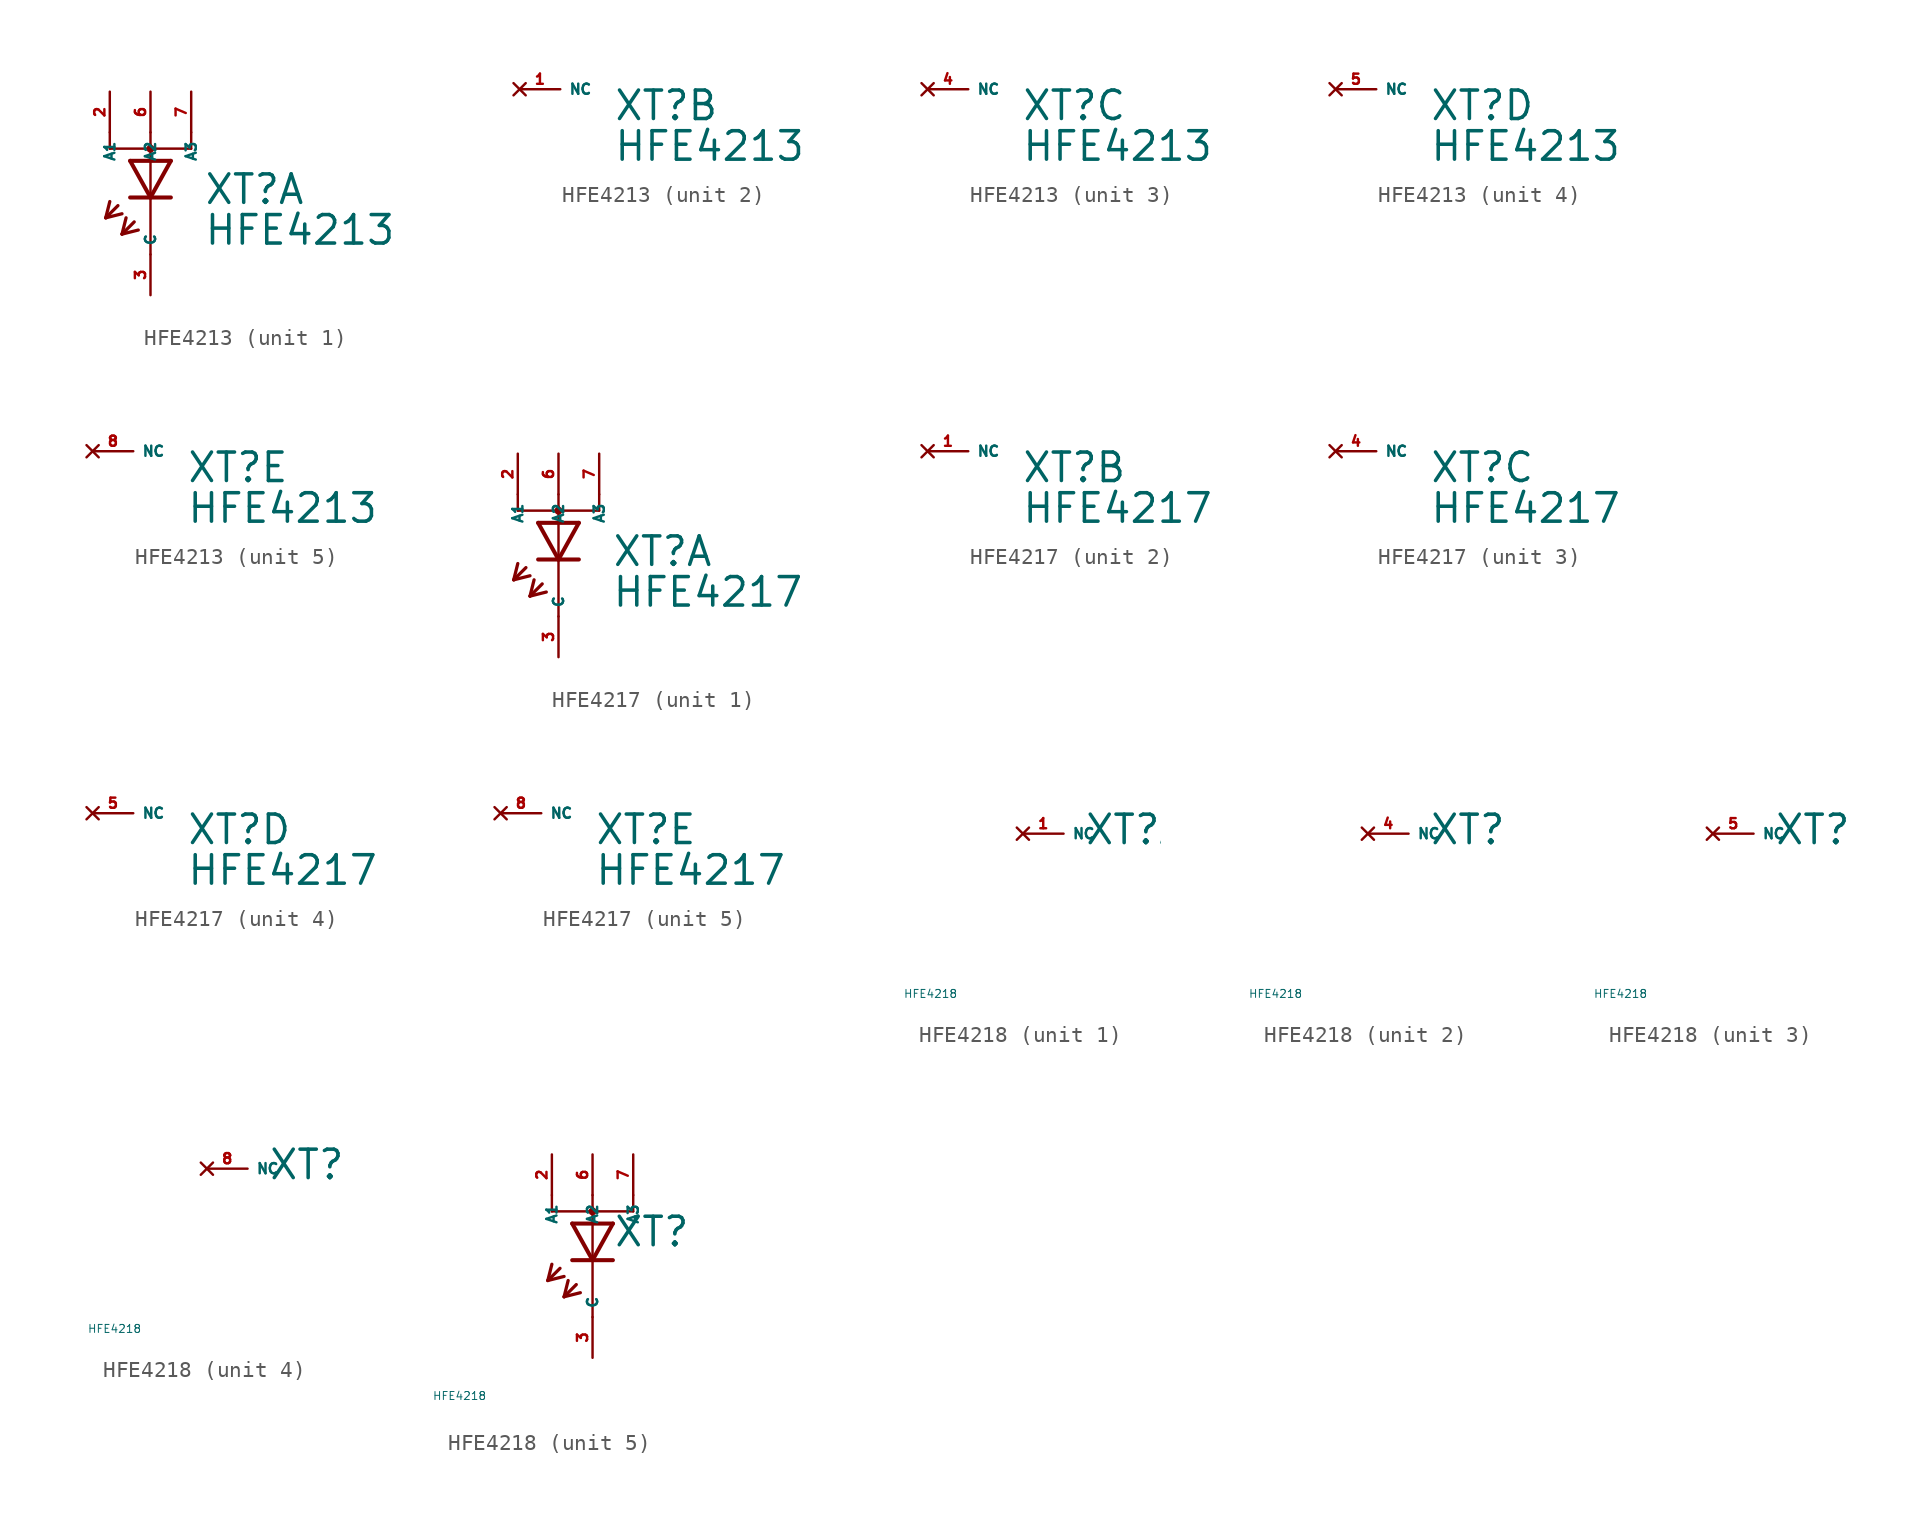
<source format=kicad_sym>
(kicad_symbol_lib
  (version 20220914)
  (generator Eagle2Kicad)
  (symbol "HFE4213"
    (property "Reference" "XT"
      (at 3.302 -2.057 0)
      (effects (font (size 1.778 1.778) (thickness 0.22)) (justify left bottom)))
    (property "Value" "HFE4213"
      (at 3.302 -4.597 0)
      (effects (font (size 1.778 1.778) (thickness 0.22)) (justify left bottom)))
    (symbol "HFE4213_1_0"
      (polyline (pts (xy -1.27 0.762) (xy 0 -1.524)) (stroke (width 0.254) (type default)) (fill (type none)))
      (polyline (pts (xy 0 -1.524) (xy 1.27 0.762)) (stroke (width 0.254) (type default)) (fill (type none)))
      (polyline (pts (xy 1.27 -1.524) (xy 0 -1.524)) (stroke (width 0.254) (type default)) (fill (type none)))
      (polyline (pts (xy 1.27 0.762) (xy -1.27 0.762)) (stroke (width 0.254) (type default)) (fill (type none)))
      (polyline (pts (xy 0 -1.524) (xy -1.27 -1.524)) (stroke (width 0.254) (type default)) (fill (type none)))
      (polyline (pts (xy -2.032 -2.032) (xy -2.794 -2.794)) (stroke (width 0.203) (type default)) (fill (type none)))
      (polyline (pts (xy -2.794 -2.794) (xy -1.778 -2.54)) (stroke (width 0.203) (type default)) (fill (type none)))
      (polyline (pts (xy -2.794 -2.794) (xy -2.54 -1.778)) (stroke (width 0.203) (type default)) (fill (type none)))
      (polyline (pts (xy -1.016 -3.048) (xy -1.778 -3.81)) (stroke (width 0.203) (type default)) (fill (type none)))
      (polyline (pts (xy -1.778 -3.81) (xy -0.762 -3.556)) (stroke (width 0.203) (type default)) (fill (type none)))
      (polyline (pts (xy -1.778 -3.81) (xy -1.524 -2.794)) (stroke (width 0.203) (type default)) (fill (type none)))
      (polyline (pts (xy 2.54 1.524) (xy 0 1.524)) (stroke (width 0.152) (type default)) (fill (type none)))
      (polyline (pts (xy 0 1.524) (xy -2.54 1.524)) (stroke (width 0.152) (type default)) (fill (type none)))
      (polyline (pts (xy 0 -5.08) (xy 0 1.524)) (stroke (width 0.152) (type default)) (fill (type none)))
      (polyline (pts (xy 0 1.524) (xy 0 1.778)) (stroke (width 0.152) (type default)) (fill (type none)))
      (polyline (pts (xy 2.54 1.524) (xy 2.54 2.54)) (stroke (width 0.152) (type default)) (fill (type none)))
      (polyline (pts (xy 0 1.524) (xy 0 2.54)) (stroke (width 0.152) (type default)) (fill (type none)))
      (polyline (pts (xy -2.54 1.524) (xy -2.54 2.54)) (stroke (width 0.152) (type default)) (fill (type none)))
      (circle (center 0 1.524) (radius 0.127) (stroke (width 0.254) (type default)) (fill (type none)))
      (pin passive line (at 0 -7.62 90) (length 2.54) (name "C" (effects (font (size 0.635 0.635) (thickness 0.08)) (justify left bottom))) (number "3" (effects (font (size 0.635 0.635) (thickness 0.08)) (justify left bottom))))
      (pin passive line (at 0 5.08 270) (length 2.54) (name "A2" (effects (font (size 0.635 0.635) (thickness 0.08)) (justify left bottom))) (number "6" (effects (font (size 0.635 0.635) (thickness 0.08)) (justify left bottom))))
      (pin passive line (at 2.54 5.08 270) (length 2.54) (name "A3" (effects (font (size 0.635 0.635) (thickness 0.08)) (justify left bottom))) (number "7" (effects (font (size 0.635 0.635) (thickness 0.08)) (justify left bottom))))
      (pin passive line (at -2.54 5.08 270) (length 2.54) (name "A1" (effects (font (size 0.635 0.635) (thickness 0.08)) (justify left bottom))) (number "2" (effects (font (size 0.635 0.635) (thickness 0.08)) (justify left bottom)))))
    (symbol "HFE4213_2_0"
      (pin no_connect line (at -2.54 0 0) (length 2.54) (name "NC" (effects (font (size 0.635 0.635) (thickness 0.08)) (justify left bottom) hide)) (number "1" (effects (font (size 0.635 0.635) (thickness 0.08)) (justify left bottom) hide))))
    (symbol "HFE4213_3_0"
      (pin no_connect line (at -2.54 0 0) (length 2.54) (name "NC" (effects (font (size 0.635 0.635) (thickness 0.08)) (justify left bottom) hide)) (number "4" (effects (font (size 0.635 0.635) (thickness 0.08)) (justify left bottom) hide))))
    (symbol "HFE4213_4_0"
      (pin no_connect line (at -2.54 0 0) (length 2.54) (name "NC" (effects (font (size 0.635 0.635) (thickness 0.08)) (justify left bottom) hide)) (number "5" (effects (font (size 0.635 0.635) (thickness 0.08)) (justify left bottom) hide))))
    (symbol "HFE4213_5_0"
      (pin no_connect line (at -2.54 0 0) (length 2.54) (name "NC" (effects (font (size 0.635 0.635) (thickness 0.08)) (justify left bottom) hide)) (number "8" (effects (font (size 0.635 0.635) (thickness 0.08)) (justify left bottom) hide)))))
  (symbol "HFE4217"
    (property "Reference" "XT"
      (at 3.302 -2.057 0)
      (effects (font (size 1.778 1.778) (thickness 0.22)) (justify left bottom)))
    (property "Value" "HFE4217"
      (at 3.302 -4.597 0)
      (effects (font (size 1.778 1.778) (thickness 0.22)) (justify left bottom)))
    (symbol "HFE4217_1_0"
      (polyline (pts (xy -1.27 0.762) (xy 0 -1.524)) (stroke (width 0.254) (type default)) (fill (type none)))
      (polyline (pts (xy 0 -1.524) (xy 1.27 0.762)) (stroke (width 0.254) (type default)) (fill (type none)))
      (polyline (pts (xy 1.27 -1.524) (xy 0 -1.524)) (stroke (width 0.254) (type default)) (fill (type none)))
      (polyline (pts (xy 1.27 0.762) (xy -1.27 0.762)) (stroke (width 0.254) (type default)) (fill (type none)))
      (polyline (pts (xy 0 -1.524) (xy -1.27 -1.524)) (stroke (width 0.254) (type default)) (fill (type none)))
      (polyline (pts (xy -2.032 -2.032) (xy -2.794 -2.794)) (stroke (width 0.203) (type default)) (fill (type none)))
      (polyline (pts (xy -2.794 -2.794) (xy -1.778 -2.54)) (stroke (width 0.203) (type default)) (fill (type none)))
      (polyline (pts (xy -2.794 -2.794) (xy -2.54 -1.778)) (stroke (width 0.203) (type default)) (fill (type none)))
      (polyline (pts (xy -1.016 -3.048) (xy -1.778 -3.81)) (stroke (width 0.203) (type default)) (fill (type none)))
      (polyline (pts (xy -1.778 -3.81) (xy -0.762 -3.556)) (stroke (width 0.203) (type default)) (fill (type none)))
      (polyline (pts (xy -1.778 -3.81) (xy -1.524 -2.794)) (stroke (width 0.203) (type default)) (fill (type none)))
      (polyline (pts (xy 2.54 1.524) (xy 0 1.524)) (stroke (width 0.152) (type default)) (fill (type none)))
      (polyline (pts (xy 0 1.524) (xy -2.54 1.524)) (stroke (width 0.152) (type default)) (fill (type none)))
      (polyline (pts (xy 0 -5.08) (xy 0 1.524)) (stroke (width 0.152) (type default)) (fill (type none)))
      (polyline (pts (xy 0 1.524) (xy 0 1.778)) (stroke (width 0.152) (type default)) (fill (type none)))
      (polyline (pts (xy 2.54 1.524) (xy 2.54 2.54)) (stroke (width 0.152) (type default)) (fill (type none)))
      (polyline (pts (xy 0 1.524) (xy 0 2.54)) (stroke (width 0.152) (type default)) (fill (type none)))
      (polyline (pts (xy -2.54 1.524) (xy -2.54 2.54)) (stroke (width 0.152) (type default)) (fill (type none)))
      (circle (center 0 1.524) (radius 0.127) (stroke (width 0.254) (type default)) (fill (type none)))
      (pin passive line (at 0 -7.62 90) (length 2.54) (name "C" (effects (font (size 0.635 0.635) (thickness 0.08)) (justify left bottom))) (number "3" (effects (font (size 0.635 0.635) (thickness 0.08)) (justify left bottom))))
      (pin passive line (at 0 5.08 270) (length 2.54) (name "A2" (effects (font (size 0.635 0.635) (thickness 0.08)) (justify left bottom))) (number "6" (effects (font (size 0.635 0.635) (thickness 0.08)) (justify left bottom))))
      (pin passive line (at 2.54 5.08 270) (length 2.54) (name "A3" (effects (font (size 0.635 0.635) (thickness 0.08)) (justify left bottom))) (number "7" (effects (font (size 0.635 0.635) (thickness 0.08)) (justify left bottom))))
      (pin passive line (at -2.54 5.08 270) (length 2.54) (name "A1" (effects (font (size 0.635 0.635) (thickness 0.08)) (justify left bottom))) (number "2" (effects (font (size 0.635 0.635) (thickness 0.08)) (justify left bottom)))))
    (symbol "HFE4217_2_0"
      (pin no_connect line (at -2.54 0 0) (length 2.54) (name "NC" (effects (font (size 0.635 0.635) (thickness 0.08)) (justify left bottom) hide)) (number "1" (effects (font (size 0.635 0.635) (thickness 0.08)) (justify left bottom) hide))))
    (symbol "HFE4217_3_0"
      (pin no_connect line (at -2.54 0 0) (length 2.54) (name "NC" (effects (font (size 0.635 0.635) (thickness 0.08)) (justify left bottom) hide)) (number "4" (effects (font (size 0.635 0.635) (thickness 0.08)) (justify left bottom) hide))))
    (symbol "HFE4217_4_0"
      (pin no_connect line (at -2.54 0 0) (length 2.54) (name "NC" (effects (font (size 0.635 0.635) (thickness 0.08)) (justify left bottom) hide)) (number "5" (effects (font (size 0.635 0.635) (thickness 0.08)) (justify left bottom) hide))))
    (symbol "HFE4217_5_0"
      (pin no_connect line (at -2.54 0 0) (length 2.54) (name "NC" (effects (font (size 0.635 0.635) (thickness 0.08)) (justify left bottom) hide)) (number "8" (effects (font (size 0.635 0.635) (thickness 0.08)) (justify left bottom) hide)))))
  (symbol "HFE4218"
    (property "Reference" "XT"
      (at 1.27 -0.787 0)
      (effects (font (size 1.778 1.778) (thickness 0.22)) (justify left bottom)))
    (property "Value" "HFE4218"
      (at -10 -10 0)
      (effects (font (size 0.5 0.5) (thickness 0.06)) (justify left)))
    (symbol "HFE4218_1_0"
      (pin no_connect line (at -2.54 0 0) (length 2.54) (name "NC" (effects (font (size 0.635 0.635) (thickness 0.08)) (justify left bottom) hide)) (number "1" (effects (font (size 0.635 0.635) (thickness 0.08)) (justify left bottom) hide))))
    (symbol "HFE4218_2_0"
      (pin no_connect line (at -2.54 0 0) (length 2.54) (name "NC" (effects (font (size 0.635 0.635) (thickness 0.08)) (justify left bottom) hide)) (number "4" (effects (font (size 0.635 0.635) (thickness 0.08)) (justify left bottom) hide))))
    (symbol "HFE4218_3_0"
      (pin no_connect line (at -2.54 0 0) (length 2.54) (name "NC" (effects (font (size 0.635 0.635) (thickness 0.08)) (justify left bottom) hide)) (number "5" (effects (font (size 0.635 0.635) (thickness 0.08)) (justify left bottom) hide))))
    (symbol "HFE4218_4_0"
      (pin no_connect line (at -2.54 0 0) (length 2.54) (name "NC" (effects (font (size 0.635 0.635) (thickness 0.08)) (justify left bottom) hide)) (number "8" (effects (font (size 0.635 0.635) (thickness 0.08)) (justify left bottom) hide))))
    (symbol "HFE4218_5_0"
      (polyline (pts (xy -1.27 0.762) (xy 0 -1.524)) (stroke (width 0.254) (type default)) (fill (type none)))
      (polyline (pts (xy 0 -1.524) (xy 1.27 0.762)) (stroke (width 0.254) (type default)) (fill (type none)))
      (polyline (pts (xy 1.27 -1.524) (xy 0 -1.524)) (stroke (width 0.254) (type default)) (fill (type none)))
      (polyline (pts (xy 1.27 0.762) (xy -1.27 0.762)) (stroke (width 0.254) (type default)) (fill (type none)))
      (polyline (pts (xy 0 -1.524) (xy -1.27 -1.524)) (stroke (width 0.254) (type default)) (fill (type none)))
      (polyline (pts (xy -2.032 -2.032) (xy -2.794 -2.794)) (stroke (width 0.203) (type default)) (fill (type none)))
      (polyline (pts (xy -2.794 -2.794) (xy -1.778 -2.54)) (stroke (width 0.203) (type default)) (fill (type none)))
      (polyline (pts (xy -2.794 -2.794) (xy -2.54 -1.778)) (stroke (width 0.203) (type default)) (fill (type none)))
      (polyline (pts (xy -1.016 -3.048) (xy -1.778 -3.81)) (stroke (width 0.203) (type default)) (fill (type none)))
      (polyline (pts (xy -1.778 -3.81) (xy -0.762 -3.556)) (stroke (width 0.203) (type default)) (fill (type none)))
      (polyline (pts (xy -1.778 -3.81) (xy -1.524 -2.794)) (stroke (width 0.203) (type default)) (fill (type none)))
      (polyline (pts (xy 2.54 1.524) (xy 0 1.524)) (stroke (width 0.152) (type default)) (fill (type none)))
      (polyline (pts (xy 0 1.524) (xy -2.54 1.524)) (stroke (width 0.152) (type default)) (fill (type none)))
      (polyline (pts (xy 0 -5.08) (xy 0 1.524)) (stroke (width 0.152) (type default)) (fill (type none)))
      (polyline (pts (xy 0 1.524) (xy 0 1.778)) (stroke (width 0.152) (type default)) (fill (type none)))
      (polyline (pts (xy 2.54 1.524) (xy 2.54 2.54)) (stroke (width 0.152) (type default)) (fill (type none)))
      (polyline (pts (xy 0 1.524) (xy 0 2.54)) (stroke (width 0.152) (type default)) (fill (type none)))
      (polyline (pts (xy -2.54 1.524) (xy -2.54 2.54)) (stroke (width 0.152) (type default)) (fill (type none)))
      (circle (center 0 1.524) (radius 0.127) (stroke (width 0.254) (type default)) (fill (type none)))
      (pin passive line (at 0 -7.62 90) (length 2.54) (name "C" (effects (font (size 0.635 0.635) (thickness 0.08)) (justify left bottom))) (number "3" (effects (font (size 0.635 0.635) (thickness 0.08)) (justify left bottom))))
      (pin passive line (at 0 5.08 270) (length 2.54) (name "A2" (effects (font (size 0.635 0.635) (thickness 0.08)) (justify left bottom))) (number "6" (effects (font (size 0.635 0.635) (thickness 0.08)) (justify left bottom))))
      (pin passive line (at 2.54 5.08 270) (length 2.54) (name "A3" (effects (font (size 0.635 0.635) (thickness 0.08)) (justify left bottom))) (number "7" (effects (font (size 0.635 0.635) (thickness 0.08)) (justify left bottom))))
      (pin passive line (at -2.54 5.08 270) (length 2.54) (name "A1" (effects (font (size 0.635 0.635) (thickness 0.08)) (justify left bottom))) (number "2" (effects (font (size 0.635 0.635) (thickness 0.08)) (justify left bottom)))))))
</source>
